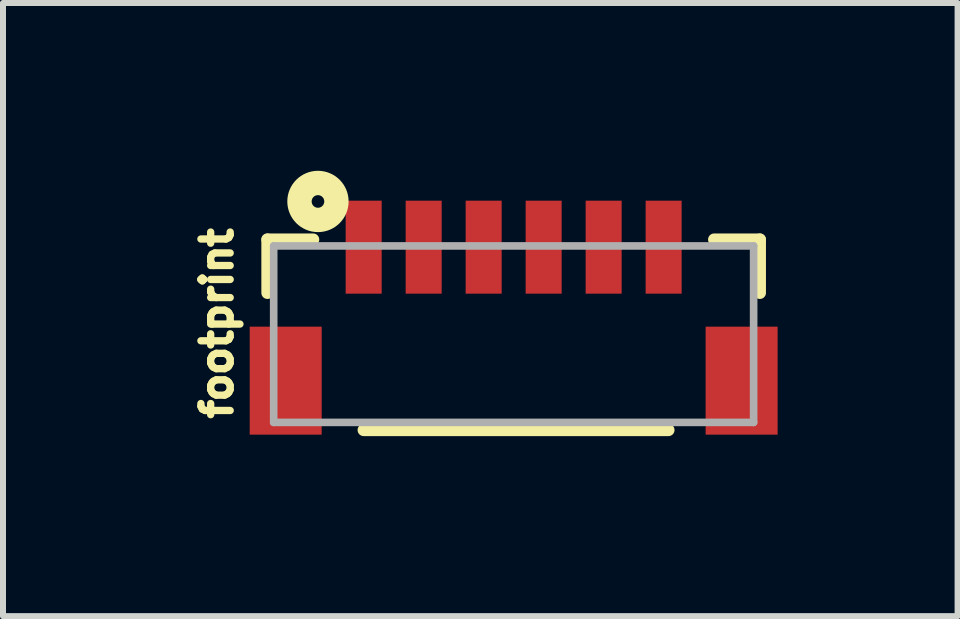
<source format=kicad_pcb>
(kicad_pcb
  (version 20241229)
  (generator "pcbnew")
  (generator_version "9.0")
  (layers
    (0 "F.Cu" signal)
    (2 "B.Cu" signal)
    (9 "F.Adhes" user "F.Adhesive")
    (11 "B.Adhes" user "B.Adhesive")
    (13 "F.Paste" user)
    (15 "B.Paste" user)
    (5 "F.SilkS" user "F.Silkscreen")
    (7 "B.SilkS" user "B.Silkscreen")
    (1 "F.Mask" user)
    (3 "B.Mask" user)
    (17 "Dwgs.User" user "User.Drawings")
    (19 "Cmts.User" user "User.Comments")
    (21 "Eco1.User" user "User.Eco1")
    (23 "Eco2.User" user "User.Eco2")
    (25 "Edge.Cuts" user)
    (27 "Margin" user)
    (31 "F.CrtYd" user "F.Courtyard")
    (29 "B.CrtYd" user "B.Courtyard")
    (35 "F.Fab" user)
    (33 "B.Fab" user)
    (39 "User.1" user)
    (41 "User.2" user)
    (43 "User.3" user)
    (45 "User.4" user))
  (footprint "footprint"
    (layer "F.Cu")
    (at 5.512 2.52)
    (property "Reference" "footprint" (at -4.659 -0.18 90) (layer "F.SilkS") (effects (font (size 0.488 0.488) (thickness 0.122)) (justify bottom)))
    (fp_line (start -4.104 -1.577) (end -4.104 -0.688) (stroke (width 0.203) (type solid)) (layer "F.SilkS"))
    (fp_line (start -3.342 -1.577) (end -4.104 -1.577) (stroke (width 0.203) (type solid)) (layer "F.SilkS"))
    (fp_line (start -2.5 1.598) (end 2.58 1.598) (stroke (width 0.203) (type solid)) (layer "F.SilkS"))
    (fp_line (start 3.342 -1.577) (end 4.104 -1.577) (stroke (width 0.203) (type solid)) (layer "F.SilkS"))
    (fp_line (start 4.104 -1.577) (end 4.104 -0.688) (stroke (width 0.203) (type solid)) (layer "F.SilkS"))
    (fp_circle (center -3.262 -2.212) (end -3.157 -2.212) (stroke (width 0.406) (type solid)) (fill no) (layer "F.SilkS"))
    (fp_line (start -4 -1.471) (end -4 1.471) (stroke (width 0.127) (type solid)) (layer "F.Fab"))
    (fp_line (start -4 1.471) (end 4 1.471) (stroke (width 0.127) (type solid)) (layer "F.Fab"))
    (fp_line (start 4 -1.471) (end -4 -1.471) (stroke (width 0.127) (type solid)) (layer "F.Fab"))
    (fp_line (start 4 1.471) (end 4 -1.471) (stroke (width 0.127) (type solid)) (layer "F.Fab"))
    (pad "1" smd rect (at -2.5 -1.45) (size 0.6 1.55) (layers "F.Cu" "F.Mask" "F.Paste"))
    (pad "2" smd rect (at -1.5 -1.45) (size 0.6 1.55) (layers "F.Cu" "F.Mask" "F.Paste"))
    (pad "3" smd rect (at -0.5 -1.45) (size 0.6 1.55) (layers "F.Cu" "F.Mask" "F.Paste"))
    (pad "4" smd rect (at 0.5 -1.45) (size 0.6 1.55) (layers "F.Cu" "F.Mask" "F.Paste"))
    (pad "5" smd rect (at 1.5 -1.45) (size 0.6 1.55) (layers "F.Cu" "F.Mask" "F.Paste"))
    (pad "6" smd rect (at 2.5 -1.45) (size 0.6 1.55) (layers "F.Cu" "F.Mask" "F.Paste"))
    (pad "P$1" smd rect (at -3.8 0.775) (size 1.2 1.8) (layers "F.Cu" "F.Mask" "F.Paste"))
    (pad "P$2" smd rect (at 3.8 0.775) (size 1.2 1.8) (layers "F.Cu" "F.Mask" "F.Paste")))
  (gr_rect
    (start -3 -3)
    (end 12.912 7.22)
    (stroke (width 0.1) (type default))
    (fill no)
    (layer "Edge.Cuts")))
</source>
